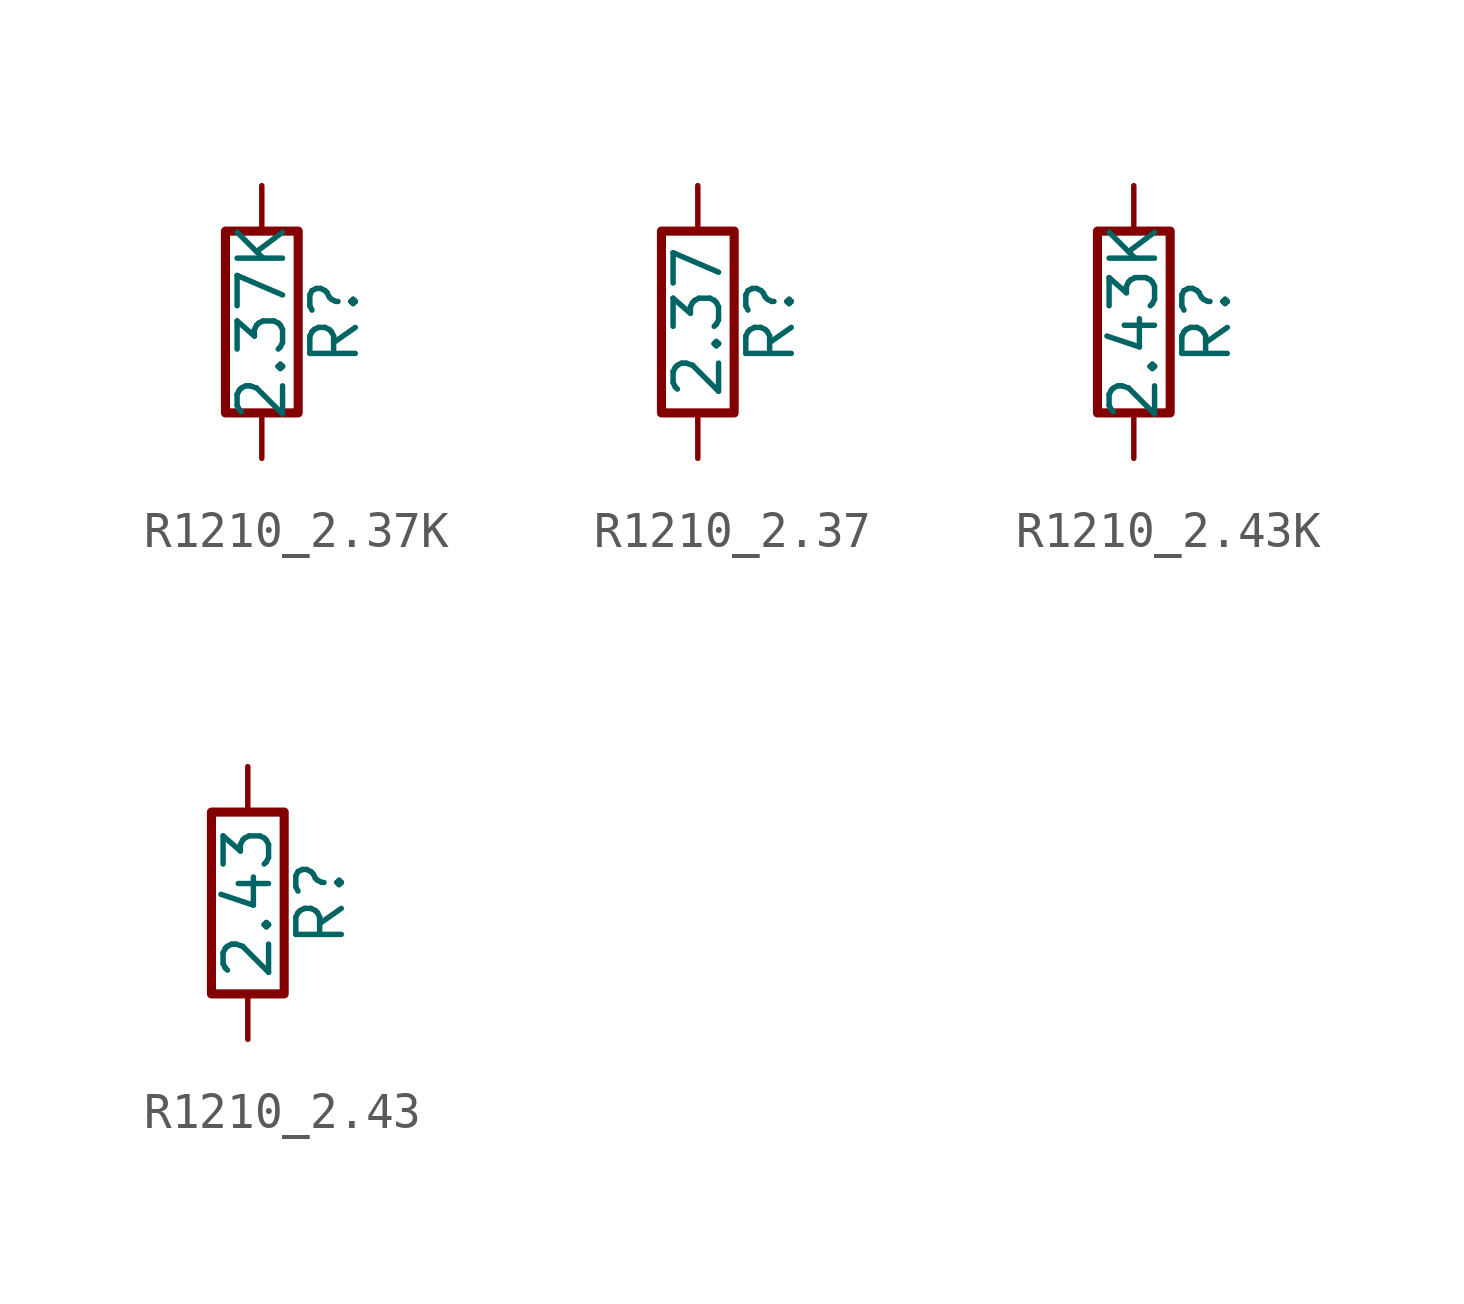
<source format=kicad_sym>
(kicad_symbol_lib
  (version 20211014)
  (generator atlantix-eda)
  (symbol "R1210_2.37K"
    (pin_numbers hide)
    (pin_names
      (offset 0))
    (property "Reference" "R"
      (at 2.032 0 90)
      (effects (font (size 1.27 1.27))))
    (property "Value" "2.37K"
      (at 0 0 90)
      (effects (font (size 1.27 1.27))))
    (symbol "R1210_2.37K_0_1"
      (rectangle (start -1.016 -2.54) (end 1.016 2.54) (stroke (width 0.254) (type default) (color 0 0 0 0)) (fill (type none))))
    (symbol "R1210_2.37K_1_1"
      (pin passive line (at 0 3.81 270) (length 1.27) (name "~" (effects (font (size 1.27 1.27)))) (number "1" (effects (font (size 1.27 1.27)))))
      (pin passive line (at 0 -3.81 90) (length 1.27) (name "~" (effects (font (size 1.27 1.27)))) (number "2" (effects (font (size 1.27 1.27)))))))
  (symbol "R1210_2.37"
    (pin_numbers hide)
    (pin_names
      (offset 0))
    (property "Reference" "R"
      (at 2.032 0 90)
      (effects (font (size 1.27 1.27))))
    (property "Value" "2.37"
      (at 0 0 90)
      (effects (font (size 1.27 1.27))))
    (symbol "R1210_2.37_0_1"
      (rectangle (start -1.016 -2.54) (end 1.016 2.54) (stroke (width 0.254) (type default) (color 0 0 0 0)) (fill (type none))))
    (symbol "R1210_2.37_1_1"
      (pin passive line (at 0 3.81 270) (length 1.27) (name "~" (effects (font (size 1.27 1.27)))) (number "1" (effects (font (size 1.27 1.27)))))
      (pin passive line (at 0 -3.81 90) (length 1.27) (name "~" (effects (font (size 1.27 1.27)))) (number "2" (effects (font (size 1.27 1.27)))))))
  (symbol "R1210_2.43K"
    (pin_numbers hide)
    (pin_names
      (offset 0))
    (property "Reference" "R"
      (at 2.032 0 90)
      (effects (font (size 1.27 1.27))))
    (property "Value" "2.43K"
      (at 0 0 90)
      (effects (font (size 1.27 1.27))))
    (symbol "R1210_2.43K_0_1"
      (rectangle (start -1.016 -2.54) (end 1.016 2.54) (stroke (width 0.254) (type default) (color 0 0 0 0)) (fill (type none))))
    (symbol "R1210_2.43K_1_1"
      (pin passive line (at 0 3.81 270) (length 1.27) (name "~" (effects (font (size 1.27 1.27)))) (number "1" (effects (font (size 1.27 1.27)))))
      (pin passive line (at 0 -3.81 90) (length 1.27) (name "~" (effects (font (size 1.27 1.27)))) (number "2" (effects (font (size 1.27 1.27)))))))
  (symbol "R1210_2.43"
    (pin_numbers hide)
    (pin_names
      (offset 0))
    (property "Reference" "R"
      (at 2.032 0 90)
      (effects (font (size 1.27 1.27))))
    (property "Value" "2.43"
      (at 0 0 90)
      (effects (font (size 1.27 1.27))))
    (symbol "R1210_2.43_0_1"
      (rectangle (start -1.016 -2.54) (end 1.016 2.54) (stroke (width 0.254) (type default) (color 0 0 0 0)) (fill (type none))))
    (symbol "R1210_2.43_1_1"
      (pin passive line (at 0 3.81 270) (length 1.27) (name "~" (effects (font (size 1.27 1.27)))) (number "1" (effects (font (size 1.27 1.27)))))
      (pin passive line (at 0 -3.81 90) (length 1.27) (name "~" (effects (font (size 1.27 1.27)))) (number "2" (effects (font (size 1.27 1.27))))))))
</source>
